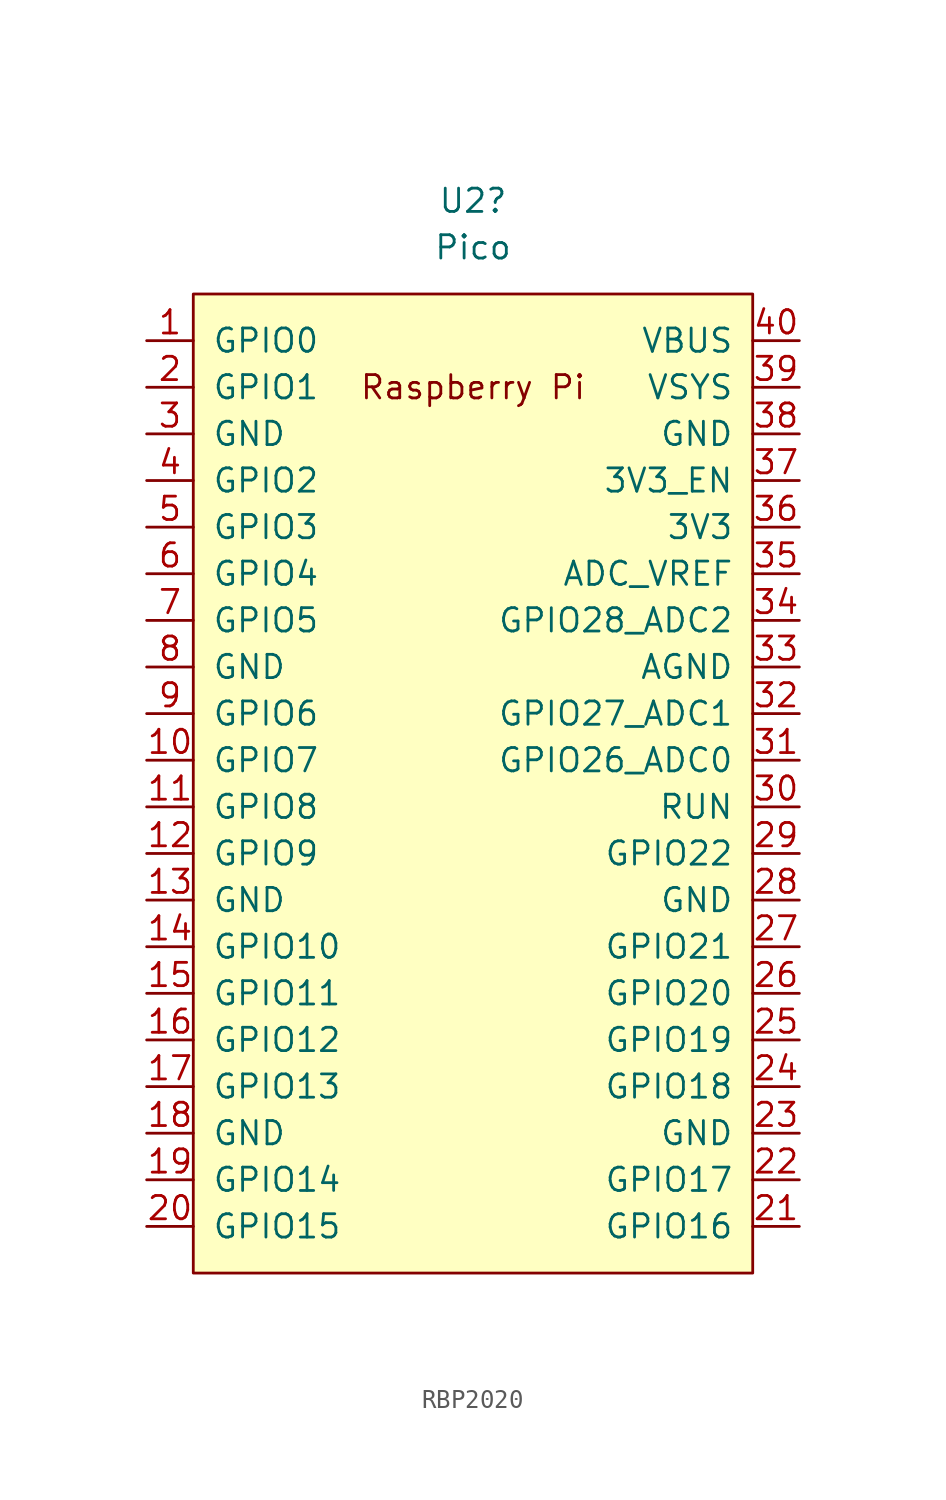
<source format=kicad_sym>
(kicad_symbol_lib
  (version 20220914)
  (generator kicad_symbol_editor)
  (symbol "RBP2020"
    (pin_names
      (offset 1.016))
    (property "Reference" "U2"
      (at 0 31.75 0)
      (effects (font (size 1.27 1.27))))
    (property "Value" "Pico"
      (at 0 29.21 0)
      (effects (font (size 1.27 1.27))))
    (symbol "RBP2020_0_0"
      (text "Raspberry Pi" (at 0 21.59 0) (effects (font (size 1.27 1.27)))))
    (symbol "RBP2020_0_1"
      (rectangle (start -15.24 26.67) (end 15.24 -26.67) (stroke (width 0) (type default)) (fill (type background))))
    (symbol "RBP2020_1_1"
      (pin bidirectional line (at -17.78 24.13 0) (length 2.54) (name "GPIO0" (effects (font (size 1.27 1.27)))) (number "1" (effects (font (size 1.27 1.27)))))
      (pin bidirectional line (at -17.78 1.27 0) (length 2.54) (name "GPIO7" (effects (font (size 1.27 1.27)))) (number "10" (effects (font (size 1.27 1.27)))))
      (pin bidirectional line (at -17.78 -1.27 0) (length 2.54) (name "GPIO8" (effects (font (size 1.27 1.27)))) (number "11" (effects (font (size 1.27 1.27)))))
      (pin bidirectional line (at -17.78 -3.81 0) (length 2.54) (name "GPIO9" (effects (font (size 1.27 1.27)))) (number "12" (effects (font (size 1.27 1.27)))))
      (pin power_in line (at -17.78 -6.35 0) (length 2.54) (name "GND" (effects (font (size 1.27 1.27)))) (number "13" (effects (font (size 1.27 1.27)))))
      (pin bidirectional line (at -17.78 -8.89 0) (length 2.54) (name "GPIO10" (effects (font (size 1.27 1.27)))) (number "14" (effects (font (size 1.27 1.27)))))
      (pin bidirectional line (at -17.78 -11.43 0) (length 2.54) (name "GPIO11" (effects (font (size 1.27 1.27)))) (number "15" (effects (font (size 1.27 1.27)))))
      (pin bidirectional line (at -17.78 -13.97 0) (length 2.54) (name "GPIO12" (effects (font (size 1.27 1.27)))) (number "16" (effects (font (size 1.27 1.27)))))
      (pin bidirectional line (at -17.78 -16.51 0) (length 2.54) (name "GPIO13" (effects (font (size 1.27 1.27)))) (number "17" (effects (font (size 1.27 1.27)))))
      (pin power_in line (at -17.78 -19.05 0) (length 2.54) (name "GND" (effects (font (size 1.27 1.27)))) (number "18" (effects (font (size 1.27 1.27)))))
      (pin bidirectional line (at -17.78 -21.59 0) (length 2.54) (name "GPIO14" (effects (font (size 1.27 1.27)))) (number "19" (effects (font (size 1.27 1.27)))))
      (pin bidirectional line (at -17.78 21.59 0) (length 2.54) (name "GPIO1" (effects (font (size 1.27 1.27)))) (number "2" (effects (font (size 1.27 1.27)))))
      (pin bidirectional line (at -17.78 -24.13 0) (length 2.54) (name "GPIO15" (effects (font (size 1.27 1.27)))) (number "20" (effects (font (size 1.27 1.27)))))
      (pin bidirectional line (at 17.78 -24.13 180) (length 2.54) (name "GPIO16" (effects (font (size 1.27 1.27)))) (number "21" (effects (font (size 1.27 1.27)))))
      (pin bidirectional line (at 17.78 -21.59 180) (length 2.54) (name "GPIO17" (effects (font (size 1.27 1.27)))) (number "22" (effects (font (size 1.27 1.27)))))
      (pin power_in line (at 17.78 -19.05 180) (length 2.54) (name "GND" (effects (font (size 1.27 1.27)))) (number "23" (effects (font (size 1.27 1.27)))))
      (pin bidirectional line (at 17.78 -16.51 180) (length 2.54) (name "GPIO18" (effects (font (size 1.27 1.27)))) (number "24" (effects (font (size 1.27 1.27)))))
      (pin bidirectional line (at 17.78 -13.97 180) (length 2.54) (name "GPIO19" (effects (font (size 1.27 1.27)))) (number "25" (effects (font (size 1.27 1.27)))))
      (pin bidirectional line (at 17.78 -11.43 180) (length 2.54) (name "GPIO20" (effects (font (size 1.27 1.27)))) (number "26" (effects (font (size 1.27 1.27)))))
      (pin bidirectional line (at 17.78 -8.89 180) (length 2.54) (name "GPIO21" (effects (font (size 1.27 1.27)))) (number "27" (effects (font (size 1.27 1.27)))))
      (pin power_in line (at 17.78 -6.35 180) (length 2.54) (name "GND" (effects (font (size 1.27 1.27)))) (number "28" (effects (font (size 1.27 1.27)))))
      (pin bidirectional line (at 17.78 -3.81 180) (length 2.54) (name "GPIO22" (effects (font (size 1.27 1.27)))) (number "29" (effects (font (size 1.27 1.27)))))
      (pin power_in line (at -17.78 19.05 0) (length 2.54) (name "GND" (effects (font (size 1.27 1.27)))) (number "3" (effects (font (size 1.27 1.27)))))
      (pin input line (at 17.78 -1.27 180) (length 2.54) (name "RUN" (effects (font (size 1.27 1.27)))) (number "30" (effects (font (size 1.27 1.27)))))
      (pin bidirectional line (at 17.78 1.27 180) (length 2.54) (name "GPIO26_ADC0" (effects (font (size 1.27 1.27)))) (number "31" (effects (font (size 1.27 1.27)))))
      (pin bidirectional line (at 17.78 3.81 180) (length 2.54) (name "GPIO27_ADC1" (effects (font (size 1.27 1.27)))) (number "32" (effects (font (size 1.27 1.27)))))
      (pin power_in line (at 17.78 6.35 180) (length 2.54) (name "AGND" (effects (font (size 1.27 1.27)))) (number "33" (effects (font (size 1.27 1.27)))))
      (pin bidirectional line (at 17.78 8.89 180) (length 2.54) (name "GPIO28_ADC2" (effects (font (size 1.27 1.27)))) (number "34" (effects (font (size 1.27 1.27)))))
      (pin power_in line (at 17.78 11.43 180) (length 2.54) (name "ADC_VREF" (effects (font (size 1.27 1.27)))) (number "35" (effects (font (size 1.27 1.27)))))
      (pin power_in line (at 17.78 13.97 180) (length 2.54) (name "3V3" (effects (font (size 1.27 1.27)))) (number "36" (effects (font (size 1.27 1.27)))))
      (pin input line (at 17.78 16.51 180) (length 2.54) (name "3V3_EN" (effects (font (size 1.27 1.27)))) (number "37" (effects (font (size 1.27 1.27)))))
      (pin power_in line (at 17.78 19.05 180) (length 2.54) (name "GND" (effects (font (size 1.27 1.27)))) (number "38" (effects (font (size 1.27 1.27)))))
      (pin power_in line (at 17.78 21.59 180) (length 2.54) (name "VSYS" (effects (font (size 1.27 1.27)))) (number "39" (effects (font (size 1.27 1.27)))))
      (pin bidirectional line (at -17.78 16.51 0) (length 2.54) (name "GPIO2" (effects (font (size 1.27 1.27)))) (number "4" (effects (font (size 1.27 1.27)))))
      (pin power_in line (at 17.78 24.13 180) (length 2.54) (name "VBUS" (effects (font (size 1.27 1.27)))) (number "40" (effects (font (size 1.27 1.27)))))
      (pin bidirectional line (at -17.78 13.97 0) (length 2.54) (name "GPIO3" (effects (font (size 1.27 1.27)))) (number "5" (effects (font (size 1.27 1.27)))))
      (pin bidirectional line (at -17.78 11.43 0) (length 2.54) (name "GPIO4" (effects (font (size 1.27 1.27)))) (number "6" (effects (font (size 1.27 1.27)))))
      (pin bidirectional line (at -17.78 8.89 0) (length 2.54) (name "GPIO5" (effects (font (size 1.27 1.27)))) (number "7" (effects (font (size 1.27 1.27)))))
      (pin power_in line (at -17.78 6.35 0) (length 2.54) (name "GND" (effects (font (size 1.27 1.27)))) (number "8" (effects (font (size 1.27 1.27)))))
      (pin bidirectional line (at -17.78 3.81 0) (length 2.54) (name "GPIO6" (effects (font (size 1.27 1.27)))) (number "9" (effects (font (size 1.27 1.27))))))))
</source>
